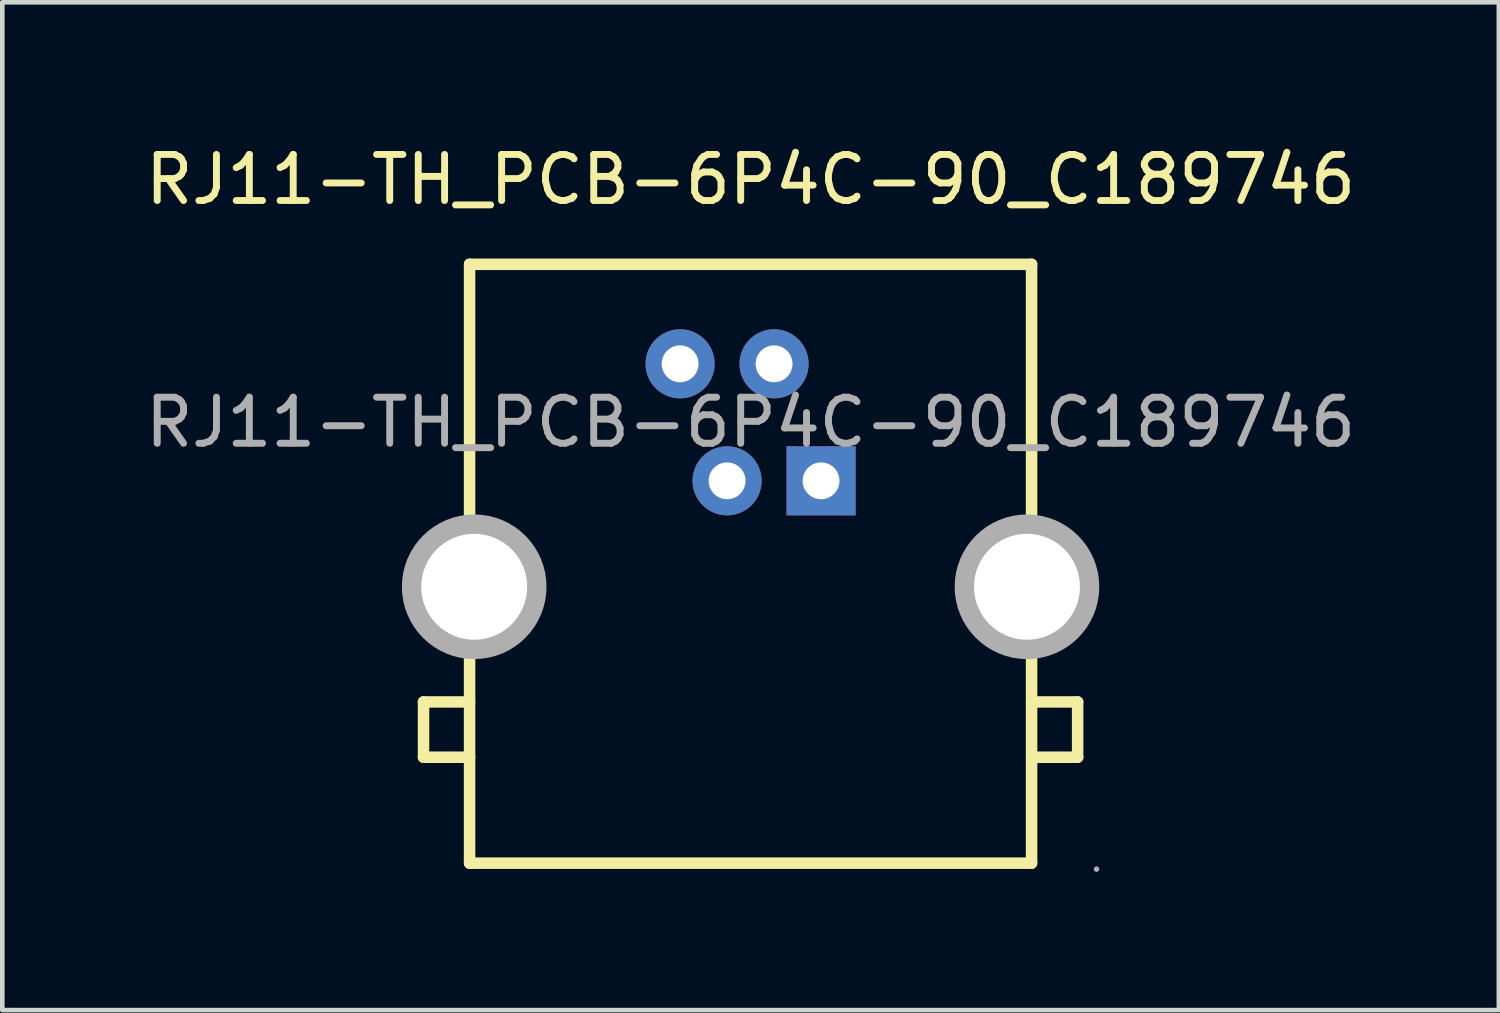
<source format=kicad_pcb>
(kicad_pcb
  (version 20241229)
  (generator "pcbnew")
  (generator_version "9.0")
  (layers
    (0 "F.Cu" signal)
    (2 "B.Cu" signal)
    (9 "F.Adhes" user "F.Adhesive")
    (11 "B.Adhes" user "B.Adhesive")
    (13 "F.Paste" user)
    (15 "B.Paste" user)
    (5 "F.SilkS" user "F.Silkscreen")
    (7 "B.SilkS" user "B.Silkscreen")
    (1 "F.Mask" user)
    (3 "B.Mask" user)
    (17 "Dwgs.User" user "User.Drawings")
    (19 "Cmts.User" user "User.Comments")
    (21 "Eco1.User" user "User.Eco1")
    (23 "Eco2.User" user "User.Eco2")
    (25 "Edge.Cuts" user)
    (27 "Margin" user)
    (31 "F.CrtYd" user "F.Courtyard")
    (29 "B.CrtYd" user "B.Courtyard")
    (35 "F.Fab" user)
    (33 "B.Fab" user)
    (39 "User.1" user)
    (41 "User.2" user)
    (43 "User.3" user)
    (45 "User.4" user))
  (footprint "RJ11-TH_PCB-6P4C-90_C189746"
    (layer "F.Cu")
    (at 13.244 6.118)
    (property "Reference" "RJ11-TH_PCB-6P4C-90_C189746" (at 0 -5.27 0) (layer "F.SilkS") (effects (font (size 1 1) (thickness 0.15))))
    (attr through_hole)
    (fp_line (start -7.1 6.07) (end -7.1 7.27) (stroke (width 0.25) (type solid)) (layer "F.SilkS"))
    (fp_line (start -6.1 -3.43) (end 6.1 -3.43) (stroke (width 0.25) (type solid)) (layer "F.SilkS"))
    (fp_line (start -6.1 2.17) (end -6.1 -3.43) (stroke (width 0.25) (type solid)) (layer "F.SilkS"))
    (fp_line (start -6.1 6.07) (end -7.1 6.07) (stroke (width 0.25) (type solid)) (layer "F.SilkS"))
    (fp_line (start -6.1 7.27) (end -7.1 7.27) (stroke (width 0.25) (type solid)) (layer "F.SilkS"))
    (fp_line (start -6.1 9.57) (end -6.1 4.97) (stroke (width 0.25) (type solid)) (layer "F.SilkS"))
    (fp_line (start -6.1 9.57) (end 6.1 9.57) (stroke (width 0.25) (type solid)) (layer "F.SilkS"))
    (fp_line (start 6.1 -3.43) (end 6.1 2.17) (stroke (width 0.25) (type solid)) (layer "F.SilkS"))
    (fp_line (start 6.1 4.97) (end 6.1 9.57) (stroke (width 0.25) (type solid)) (layer "F.SilkS"))
    (fp_line (start 6.1 6.07) (end 7.1 6.07) (stroke (width 0.25) (type solid)) (layer "F.SilkS"))
    (fp_line (start 6.1 7.27) (end 7.1 7.27) (stroke (width 0.25) (type solid)) (layer "F.SilkS"))
    (fp_line (start 7.1 7.27) (end 7.1 6.07) (stroke (width 0.25) (type solid)) (layer "F.SilkS"))
    (fp_circle (center -6 3.57) (end -5.48 3.57) (stroke (width 1.05) (type solid)) (fill no) (layer "F.Fab"))
    (fp_circle (center -1.53 -1.27) (end -1.38 -1.27) (stroke (width 0.3) (type solid)) (fill no) (layer "F.Fab"))
    (fp_circle (center -0.51 1.27) (end -0.36 1.27) (stroke (width 0.3) (type solid)) (fill no) (layer "F.Fab"))
    (fp_circle (center 0.51 -1.27) (end 0.66 -1.27) (stroke (width 0.3) (type solid)) (fill no) (layer "F.Fab"))
    (fp_circle (center 1.53 1.27) (end 1.68 1.27) (stroke (width 0.3) (type solid)) (fill no) (layer "F.Fab"))
    (fp_circle (center 6 3.57) (end 6.52 3.57) (stroke (width 1.05) (type solid)) (fill no) (layer "F.Fab"))
    (fp_circle (center 7.51 9.7) (end 7.54 9.7) (stroke (width 0.06) (type solid)) (fill no) (layer "F.Fab"))
    (fp_text user "${REFERENCE}" (at 0 0 0) (layer "F.Fab") (effects (font (size 1 1) (thickness 0.15))))
    (pad "" thru_hole circle (at -6 3.57) (size 2.3 2.3) (drill 2.3) (layers "*.Cu" "*.Mask"))
    (pad "" thru_hole circle (at 6 3.57) (size 2.3 2.3) (drill 2.3) (layers "*.Cu" "*.Mask"))
    (pad "1" thru_hole rect (at 1.53 1.27 180) (size 1.5 1.5) (drill 0.8) (layers "*.Cu" "*.Mask"))
    (pad "2" thru_hole circle (at 0.51 -1.27 180) (size 1.5 1.5) (drill 0.8) (layers "*.Cu" "*.Mask"))
    (pad "3" thru_hole circle (at -0.51 1.27 180) (size 1.5 1.5) (drill 0.8) (layers "*.Cu" "*.Mask"))
    (pad "4" thru_hole circle (at -1.53 -1.27 180) (size 1.5 1.5) (drill 0.8) (layers "*.Cu" "*.Mask")))
  (gr_rect
    (start -3 -3)
    (end 29.488 18.878)
    (stroke (width 0.1) (type default))
    (fill no)
    (layer "Edge.Cuts")))
</source>
